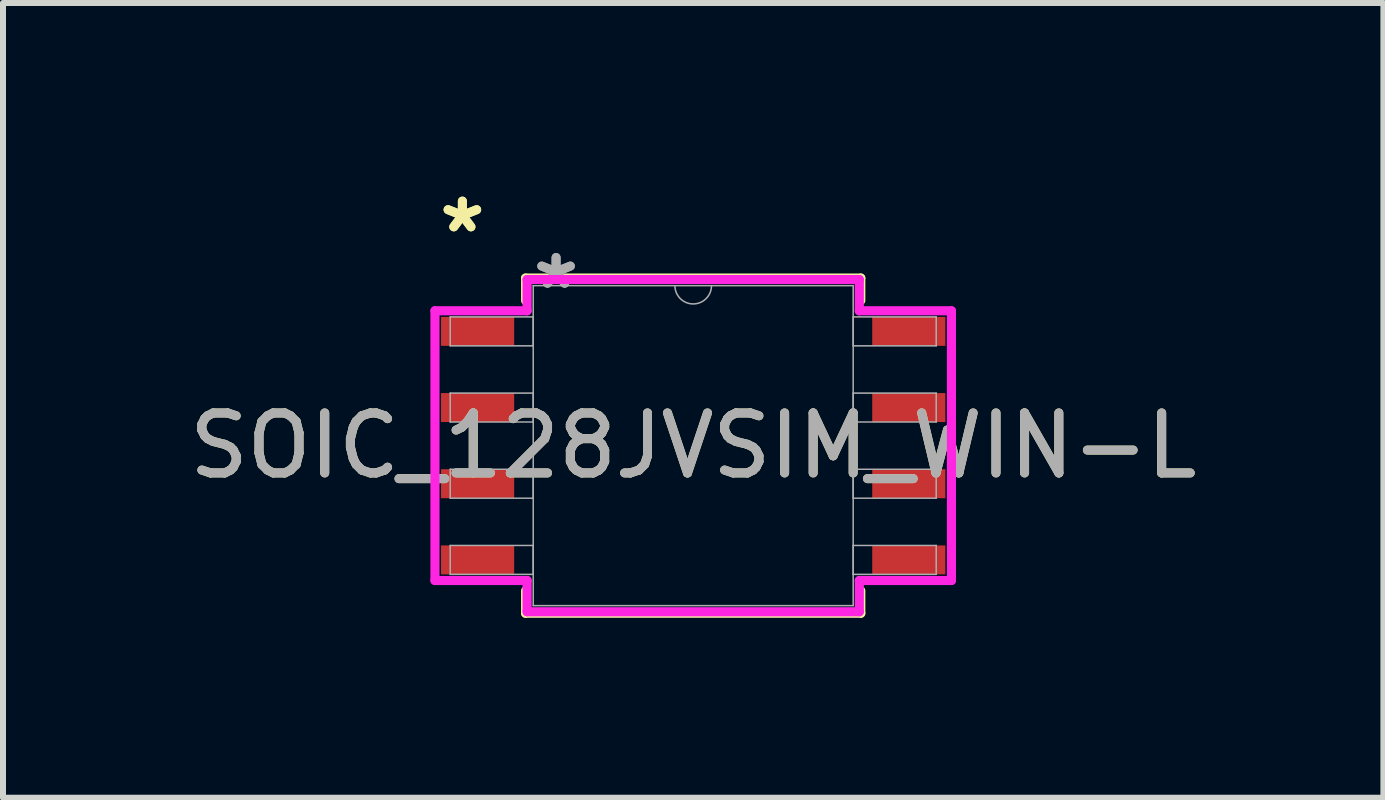
<source format=kicad_pcb>
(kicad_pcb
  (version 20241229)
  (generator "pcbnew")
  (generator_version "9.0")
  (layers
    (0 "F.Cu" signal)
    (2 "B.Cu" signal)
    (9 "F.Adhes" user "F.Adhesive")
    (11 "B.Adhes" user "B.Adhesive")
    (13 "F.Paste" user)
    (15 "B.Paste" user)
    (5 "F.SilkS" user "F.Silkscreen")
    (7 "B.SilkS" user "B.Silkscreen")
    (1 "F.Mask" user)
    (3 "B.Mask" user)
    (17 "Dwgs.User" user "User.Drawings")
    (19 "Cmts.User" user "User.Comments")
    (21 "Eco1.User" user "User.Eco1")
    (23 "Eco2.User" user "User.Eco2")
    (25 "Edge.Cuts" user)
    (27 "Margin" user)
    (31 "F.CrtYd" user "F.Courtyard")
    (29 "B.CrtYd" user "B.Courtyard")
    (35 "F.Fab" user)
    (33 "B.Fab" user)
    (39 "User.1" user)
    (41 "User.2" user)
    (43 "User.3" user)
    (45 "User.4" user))
  (footprint "SOIC_128JVSIM_WIN-L"
    (layer "F.Cu")
    (at 8.506 4.379)
    (property "Reference" "SOIC_128JVSIM_WIN-L" (at 0 0 0) (unlocked yes) (layer "F.SilkS") (effects (font (size 1 1) (thickness 0.15))))
    (attr smd)
    (fp_line (start -2.794 -2.794) (end -2.794 -2.419) (stroke (width 0.152) (type solid)) (layer "F.SilkS"))
    (fp_line (start -2.794 2.419) (end -2.794 2.794) (stroke (width 0.152) (type solid)) (layer "F.SilkS"))
    (fp_line (start -2.794 2.794) (end 2.794 2.794) (stroke (width 0.152) (type solid)) (layer "F.SilkS"))
    (fp_line (start 2.794 -2.794) (end -2.794 -2.794) (stroke (width 0.152) (type solid)) (layer "F.SilkS"))
    (fp_line (start 2.794 -2.419) (end 2.794 -2.794) (stroke (width 0.152) (type solid)) (layer "F.SilkS"))
    (fp_line (start 2.794 2.794) (end 2.794 2.419) (stroke (width 0.152) (type solid)) (layer "F.SilkS"))
    (fp_line (start -4.305 -2.248) (end -2.769 -2.248) (stroke (width 0.152) (type solid)) (layer "F.CrtYd"))
    (fp_line (start -4.305 2.248) (end -4.305 -2.248) (stroke (width 0.152) (type solid)) (layer "F.CrtYd"))
    (fp_line (start -4.305 2.248) (end -2.769 2.248) (stroke (width 0.152) (type solid)) (layer "F.CrtYd"))
    (fp_line (start -2.769 -2.769) (end 2.769 -2.769) (stroke (width 0.152) (type solid)) (layer "F.CrtYd"))
    (fp_line (start -2.769 -2.248) (end -2.769 -2.769) (stroke (width 0.152) (type solid)) (layer "F.CrtYd"))
    (fp_line (start -2.769 2.769) (end -2.769 2.248) (stroke (width 0.152) (type solid)) (layer "F.CrtYd"))
    (fp_line (start 2.769 -2.769) (end 2.769 -2.248) (stroke (width 0.152) (type solid)) (layer "F.CrtYd"))
    (fp_line (start 2.769 2.248) (end 2.769 2.769) (stroke (width 0.152) (type solid)) (layer "F.CrtYd"))
    (fp_line (start 2.769 2.769) (end -2.769 2.769) (stroke (width 0.152) (type solid)) (layer "F.CrtYd"))
    (fp_line (start 4.305 -2.248) (end 2.769 -2.248) (stroke (width 0.152) (type solid)) (layer "F.CrtYd"))
    (fp_line (start 4.305 -2.248) (end 4.305 2.248) (stroke (width 0.152) (type solid)) (layer "F.CrtYd"))
    (fp_line (start 4.305 2.248) (end 2.769 2.248) (stroke (width 0.152) (type solid)) (layer "F.CrtYd"))
    (fp_line (start -4.051 -2.146) (end -4.051 -1.664) (stroke (width 0.025) (type solid)) (layer "F.Fab"))
    (fp_line (start -4.051 -1.664) (end -2.667 -1.664) (stroke (width 0.025) (type solid)) (layer "F.Fab"))
    (fp_line (start -4.051 -0.876) (end -4.051 -0.394) (stroke (width 0.025) (type solid)) (layer "F.Fab"))
    (fp_line (start -4.051 -0.394) (end -2.667 -0.394) (stroke (width 0.025) (type solid)) (layer "F.Fab"))
    (fp_line (start -4.051 0.394) (end -4.051 0.876) (stroke (width 0.025) (type solid)) (layer "F.Fab"))
    (fp_line (start -4.051 0.876) (end -2.667 0.876) (stroke (width 0.025) (type solid)) (layer "F.Fab"))
    (fp_line (start -4.051 1.664) (end -4.051 2.146) (stroke (width 0.025) (type solid)) (layer "F.Fab"))
    (fp_line (start -4.051 2.146) (end -2.667 2.146) (stroke (width 0.025) (type solid)) (layer "F.Fab"))
    (fp_line (start -2.667 -2.667) (end -2.667 2.667) (stroke (width 0.025) (type solid)) (layer "F.Fab"))
    (fp_line (start -2.667 -2.146) (end -4.051 -2.146) (stroke (width 0.025) (type solid)) (layer "F.Fab"))
    (fp_line (start -2.667 -1.664) (end -2.667 -2.146) (stroke (width 0.025) (type solid)) (layer "F.Fab"))
    (fp_line (start -2.667 -0.876) (end -4.051 -0.876) (stroke (width 0.025) (type solid)) (layer "F.Fab"))
    (fp_line (start -2.667 -0.394) (end -2.667 -0.876) (stroke (width 0.025) (type solid)) (layer "F.Fab"))
    (fp_line (start -2.667 0.394) (end -4.051 0.394) (stroke (width 0.025) (type solid)) (layer "F.Fab"))
    (fp_line (start -2.667 0.876) (end -2.667 0.394) (stroke (width 0.025) (type solid)) (layer "F.Fab"))
    (fp_line (start -2.667 1.664) (end -4.051 1.664) (stroke (width 0.025) (type solid)) (layer "F.Fab"))
    (fp_line (start -2.667 2.146) (end -2.667 1.664) (stroke (width 0.025) (type solid)) (layer "F.Fab"))
    (fp_line (start -2.667 2.667) (end 2.667 2.667) (stroke (width 0.025) (type solid)) (layer "F.Fab"))
    (fp_line (start 2.667 -2.667) (end -2.667 -2.667) (stroke (width 0.025) (type solid)) (layer "F.Fab"))
    (fp_line (start 2.667 -2.146) (end 2.667 -1.664) (stroke (width 0.025) (type solid)) (layer "F.Fab"))
    (fp_line (start 2.667 -1.664) (end 4.051 -1.664) (stroke (width 0.025) (type solid)) (layer "F.Fab"))
    (fp_line (start 2.667 -0.876) (end 2.667 -0.394) (stroke (width 0.025) (type solid)) (layer "F.Fab"))
    (fp_line (start 2.667 -0.394) (end 4.051 -0.394) (stroke (width 0.025) (type solid)) (layer "F.Fab"))
    (fp_line (start 2.667 0.394) (end 2.667 0.876) (stroke (width 0.025) (type solid)) (layer "F.Fab"))
    (fp_line (start 2.667 0.876) (end 4.051 0.876) (stroke (width 0.025) (type solid)) (layer "F.Fab"))
    (fp_line (start 2.667 1.664) (end 2.667 2.146) (stroke (width 0.025) (type solid)) (layer "F.Fab"))
    (fp_line (start 2.667 2.146) (end 4.051 2.146) (stroke (width 0.025) (type solid)) (layer "F.Fab"))
    (fp_line (start 2.667 2.667) (end 2.667 -2.667) (stroke (width 0.025) (type solid)) (layer "F.Fab"))
    (fp_line (start 4.051 -2.146) (end 2.667 -2.146) (stroke (width 0.025) (type solid)) (layer "F.Fab"))
    (fp_line (start 4.051 -1.664) (end 4.051 -2.146) (stroke (width 0.025) (type solid)) (layer "F.Fab"))
    (fp_line (start 4.051 -0.876) (end 2.667 -0.876) (stroke (width 0.025) (type solid)) (layer "F.Fab"))
    (fp_line (start 4.051 -0.394) (end 4.051 -0.876) (stroke (width 0.025) (type solid)) (layer "F.Fab"))
    (fp_line (start 4.051 0.394) (end 2.667 0.394) (stroke (width 0.025) (type solid)) (layer "F.Fab"))
    (fp_line (start 4.051 0.876) (end 4.051 0.394) (stroke (width 0.025) (type solid)) (layer "F.Fab"))
    (fp_line (start 4.051 1.664) (end 2.667 1.664) (stroke (width 0.025) (type solid)) (layer "F.Fab"))
    (fp_line (start 4.051 2.146) (end 4.051 1.664) (stroke (width 0.025) (type solid)) (layer "F.Fab"))
    (fp_arc (start 0.3048 -2.667) (mid 0 -2.3622) (end -0.3048 -2.667) (stroke (width 0.0254) (type solid)) (layer "F.Fab"))
    (fp_text user "*" (at -3.848 -3.531 0) (unlocked yes) (layer "F.SilkS") (effects (font (size 1 1) (thickness 0.15))))
    (fp_text user "*" (at -3.848 -3.531 0) (layer "F.SilkS") (effects (font (size 1 1) (thickness 0.15))))
    (fp_text user "*" (at -2.286 -2.591 0) (unlocked yes) (layer "F.Fab") (effects (font (size 1 1) (thickness 0.15))))
    (fp_text user "*" (at -2.286 -2.591 0) (layer "F.Fab") (effects (font (size 1 1) (thickness 0.15))))
    (fp_text user "${REFERENCE}" (at 0 0 0) (unlocked yes) (layer "F.Fab") (effects (font (size 1 1) (thickness 0.15))))
    (pad "1" smd rect (at -3.594 -1.905) (size 1.219 0.483) (layers "F.Cu" "F.Mask" "F.Paste"))
    (pad "2" smd rect (at -3.594 -0.635) (size 1.219 0.483) (layers "F.Cu" "F.Mask" "F.Paste"))
    (pad "3" smd rect (at -3.594 0.635) (size 1.219 0.483) (layers "F.Cu" "F.Mask" "F.Paste"))
    (pad "4" smd rect (at -3.594 1.905) (size 1.219 0.483) (layers "F.Cu" "F.Mask" "F.Paste"))
    (pad "5" smd rect (at 3.594 1.905) (size 1.219 0.483) (layers "F.Cu" "F.Mask" "F.Paste"))
    (pad "6" smd rect (at 3.594 0.635) (size 1.219 0.483) (layers "F.Cu" "F.Mask" "F.Paste"))
    (pad "7" smd rect (at 3.594 -0.635) (size 1.219 0.483) (layers "F.Cu" "F.Mask" "F.Paste"))
    (pad "8" smd rect (at 3.594 -1.905) (size 1.219 0.483) (layers "F.Cu" "F.Mask" "F.Paste")))
  (gr_rect
    (start -3 -3)
    (end 20.012 10.249)
    (stroke (width 0.1) (type default))
    (fill no)
    (layer "Edge.Cuts")))
</source>
